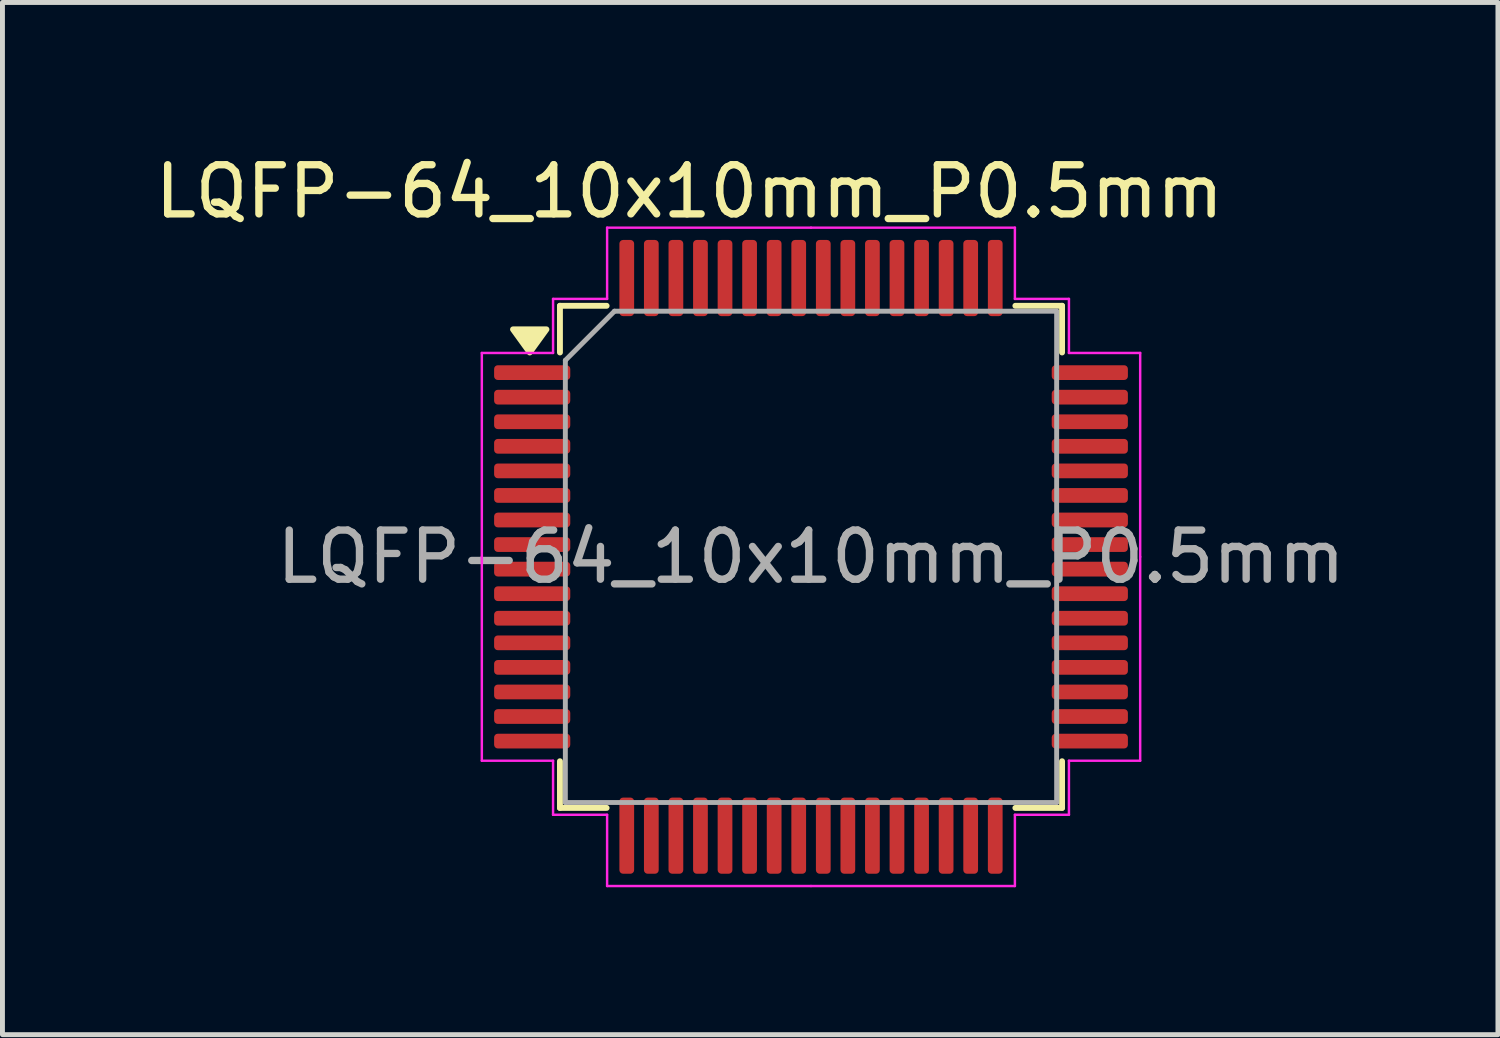
<source format=kicad_pcb>
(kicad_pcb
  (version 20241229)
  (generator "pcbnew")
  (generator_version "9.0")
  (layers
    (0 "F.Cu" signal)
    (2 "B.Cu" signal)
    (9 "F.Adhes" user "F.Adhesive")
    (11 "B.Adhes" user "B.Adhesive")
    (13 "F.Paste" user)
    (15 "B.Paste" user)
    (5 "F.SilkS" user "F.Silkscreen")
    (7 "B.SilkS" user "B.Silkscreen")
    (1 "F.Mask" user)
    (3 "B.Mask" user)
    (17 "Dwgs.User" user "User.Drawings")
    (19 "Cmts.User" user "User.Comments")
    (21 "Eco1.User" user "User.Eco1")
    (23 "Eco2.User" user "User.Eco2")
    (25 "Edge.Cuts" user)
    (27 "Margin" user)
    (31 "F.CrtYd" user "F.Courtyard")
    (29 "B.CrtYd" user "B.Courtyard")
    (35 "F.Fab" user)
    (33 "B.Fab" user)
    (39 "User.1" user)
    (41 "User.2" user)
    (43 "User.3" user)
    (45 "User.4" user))
  (footprint "LQFP-64_10x10mm_P0.5mm"
    (layer "F.Cu")
    (at 13.457 8.284)
    (property "Reference" "LQFP-64_10x10mm_P0.5mm" (at -2.475 -7.436 0) (layer "F.SilkS") (effects (font (size 1 1) (thickness 0.15))))
    (attr smd)
    (fp_line (start -5.11 -5.11) (end -5.11 -4.16) (stroke (width 0.12) (type solid)) (layer "F.SilkS"))
    (fp_line (start -5.11 5.11) (end -5.11 4.16) (stroke (width 0.12) (type solid)) (layer "F.SilkS"))
    (fp_line (start -4.16 -5.11) (end -5.11 -5.11) (stroke (width 0.12) (type solid)) (layer "F.SilkS"))
    (fp_line (start -4.16 5.11) (end -5.11 5.11) (stroke (width 0.12) (type solid)) (layer "F.SilkS"))
    (fp_line (start 4.16 -5.11) (end 5.11 -5.11) (stroke (width 0.12) (type solid)) (layer "F.SilkS"))
    (fp_line (start 4.16 5.11) (end 5.11 5.11) (stroke (width 0.12) (type solid)) (layer "F.SilkS"))
    (fp_line (start 5.11 -5.11) (end 5.11 -4.16) (stroke (width 0.12) (type solid)) (layer "F.SilkS"))
    (fp_line (start 5.11 5.11) (end 5.11 4.16) (stroke (width 0.12) (type solid)) (layer "F.SilkS"))
    (fp_poly (pts (xy -5.725 -4.16) (xy -6.065 -4.63) (xy -5.385 -4.63) (xy -5.725 -4.16)) (stroke (width 0.12) (type solid)) (fill yes) (layer "F.SilkS"))
    (fp_line (start -6.7 -4.15) (end -6.7 0) (stroke (width 0.05) (type solid)) (layer "F.CrtYd"))
    (fp_line (start -6.7 4.15) (end -6.7 0) (stroke (width 0.05) (type solid)) (layer "F.CrtYd"))
    (fp_line (start -5.25 -5.25) (end -5.25 -4.15) (stroke (width 0.05) (type solid)) (layer "F.CrtYd"))
    (fp_line (start -5.25 -4.15) (end -6.7 -4.15) (stroke (width 0.05) (type solid)) (layer "F.CrtYd"))
    (fp_line (start -5.25 4.15) (end -6.7 4.15) (stroke (width 0.05) (type solid)) (layer "F.CrtYd"))
    (fp_line (start -5.25 5.25) (end -5.25 4.15) (stroke (width 0.05) (type solid)) (layer "F.CrtYd"))
    (fp_line (start -4.15 -6.7) (end -4.15 -5.25) (stroke (width 0.05) (type solid)) (layer "F.CrtYd"))
    (fp_line (start -4.15 -5.25) (end -5.25 -5.25) (stroke (width 0.05) (type solid)) (layer "F.CrtYd"))
    (fp_line (start -4.15 5.25) (end -5.25 5.25) (stroke (width 0.05) (type solid)) (layer "F.CrtYd"))
    (fp_line (start -4.15 6.7) (end -4.15 5.25) (stroke (width 0.05) (type solid)) (layer "F.CrtYd"))
    (fp_line (start 0 -6.7) (end -4.15 -6.7) (stroke (width 0.05) (type solid)) (layer "F.CrtYd"))
    (fp_line (start 0 -6.7) (end 4.15 -6.7) (stroke (width 0.05) (type solid)) (layer "F.CrtYd"))
    (fp_line (start 0 6.7) (end -4.15 6.7) (stroke (width 0.05) (type solid)) (layer "F.CrtYd"))
    (fp_line (start 0 6.7) (end 4.15 6.7) (stroke (width 0.05) (type solid)) (layer "F.CrtYd"))
    (fp_line (start 4.15 -6.7) (end 4.15 -5.25) (stroke (width 0.05) (type solid)) (layer "F.CrtYd"))
    (fp_line (start 4.15 -5.25) (end 5.25 -5.25) (stroke (width 0.05) (type solid)) (layer "F.CrtYd"))
    (fp_line (start 4.15 5.25) (end 5.25 5.25) (stroke (width 0.05) (type solid)) (layer "F.CrtYd"))
    (fp_line (start 4.15 6.7) (end 4.15 5.25) (stroke (width 0.05) (type solid)) (layer "F.CrtYd"))
    (fp_line (start 5.25 -5.25) (end 5.25 -4.15) (stroke (width 0.05) (type solid)) (layer "F.CrtYd"))
    (fp_line (start 5.25 -4.15) (end 6.7 -4.15) (stroke (width 0.05) (type solid)) (layer "F.CrtYd"))
    (fp_line (start 5.25 4.15) (end 6.7 4.15) (stroke (width 0.05) (type solid)) (layer "F.CrtYd"))
    (fp_line (start 5.25 5.25) (end 5.25 4.15) (stroke (width 0.05) (type solid)) (layer "F.CrtYd"))
    (fp_line (start 6.7 -4.15) (end 6.7 0) (stroke (width 0.05) (type solid)) (layer "F.CrtYd"))
    (fp_line (start 6.7 4.15) (end 6.7 0) (stroke (width 0.05) (type solid)) (layer "F.CrtYd"))
    (fp_line (start -5 -4) (end -4 -5) (stroke (width 0.1) (type solid)) (layer "F.Fab"))
    (fp_line (start -5 5) (end -5 -4) (stroke (width 0.1) (type solid)) (layer "F.Fab"))
    (fp_line (start -4 -5) (end 5 -5) (stroke (width 0.1) (type solid)) (layer "F.Fab"))
    (fp_line (start 5 -5) (end 5 5) (stroke (width 0.1) (type solid)) (layer "F.Fab"))
    (fp_line (start 5 5) (end -5 5) (stroke (width 0.1) (type solid)) (layer "F.Fab"))
    (fp_text user "${REFERENCE}" (at 0 0 0) (layer "F.Fab") (effects (font (size 1 1) (thickness 0.15))))
    (pad "1" smd roundrect (at -5.675 -3.75) (size 1.55 0.3) (layers "F.Cu" "F.Mask" "F.Paste") (roundrect_rratio 0.25))
    (pad "2" smd roundrect (at -5.675 -3.25) (size 1.55 0.3) (layers "F.Cu" "F.Mask" "F.Paste") (roundrect_rratio 0.25))
    (pad "3" smd roundrect (at -5.675 -2.75) (size 1.55 0.3) (layers "F.Cu" "F.Mask" "F.Paste") (roundrect_rratio 0.25))
    (pad "4" smd roundrect (at -5.675 -2.25) (size 1.55 0.3) (layers "F.Cu" "F.Mask" "F.Paste") (roundrect_rratio 0.25))
    (pad "5" smd roundrect (at -5.675 -1.75) (size 1.55 0.3) (layers "F.Cu" "F.Mask" "F.Paste") (roundrect_rratio 0.25))
    (pad "6" smd roundrect (at -5.675 -1.25) (size 1.55 0.3) (layers "F.Cu" "F.Mask" "F.Paste") (roundrect_rratio 0.25))
    (pad "7" smd roundrect (at -5.675 -0.75) (size 1.55 0.3) (layers "F.Cu" "F.Mask" "F.Paste") (roundrect_rratio 0.25))
    (pad "8" smd roundrect (at -5.675 -0.25) (size 1.55 0.3) (layers "F.Cu" "F.Mask" "F.Paste") (roundrect_rratio 0.25))
    (pad "9" smd roundrect (at -5.675 0.25) (size 1.55 0.3) (layers "F.Cu" "F.Mask" "F.Paste") (roundrect_rratio 0.25))
    (pad "10" smd roundrect (at -5.675 0.75) (size 1.55 0.3) (layers "F.Cu" "F.Mask" "F.Paste") (roundrect_rratio 0.25))
    (pad "11" smd roundrect (at -5.675 1.25) (size 1.55 0.3) (layers "F.Cu" "F.Mask" "F.Paste") (roundrect_rratio 0.25))
    (pad "12" smd roundrect (at -5.675 1.75) (size 1.55 0.3) (layers "F.Cu" "F.Mask" "F.Paste") (roundrect_rratio 0.25))
    (pad "13" smd roundrect (at -5.675 2.25) (size 1.55 0.3) (layers "F.Cu" "F.Mask" "F.Paste") (roundrect_rratio 0.25))
    (pad "14" smd roundrect (at -5.675 2.75) (size 1.55 0.3) (layers "F.Cu" "F.Mask" "F.Paste") (roundrect_rratio 0.25))
    (pad "15" smd roundrect (at -5.675 3.25) (size 1.55 0.3) (layers "F.Cu" "F.Mask" "F.Paste") (roundrect_rratio 0.25))
    (pad "16" smd roundrect (at -5.675 3.75) (size 1.55 0.3) (layers "F.Cu" "F.Mask" "F.Paste") (roundrect_rratio 0.25))
    (pad "17" smd roundrect (at -3.75 5.675) (size 0.3 1.55) (layers "F.Cu" "F.Mask" "F.Paste") (roundrect_rratio 0.25))
    (pad "18" smd roundrect (at -3.25 5.675) (size 0.3 1.55) (layers "F.Cu" "F.Mask" "F.Paste") (roundrect_rratio 0.25))
    (pad "19" smd roundrect (at -2.75 5.675) (size 0.3 1.55) (layers "F.Cu" "F.Mask" "F.Paste") (roundrect_rratio 0.25))
    (pad "20" smd roundrect (at -2.25 5.675) (size 0.3 1.55) (layers "F.Cu" "F.Mask" "F.Paste") (roundrect_rratio 0.25))
    (pad "21" smd roundrect (at -1.75 5.675) (size 0.3 1.55) (layers "F.Cu" "F.Mask" "F.Paste") (roundrect_rratio 0.25))
    (pad "22" smd roundrect (at -1.25 5.675) (size 0.3 1.55) (layers "F.Cu" "F.Mask" "F.Paste") (roundrect_rratio 0.25))
    (pad "23" smd roundrect (at -0.75 5.675) (size 0.3 1.55) (layers "F.Cu" "F.Mask" "F.Paste") (roundrect_rratio 0.25))
    (pad "24" smd roundrect (at -0.25 5.675) (size 0.3 1.55) (layers "F.Cu" "F.Mask" "F.Paste") (roundrect_rratio 0.25))
    (pad "25" smd roundrect (at 0.25 5.675) (size 0.3 1.55) (layers "F.Cu" "F.Mask" "F.Paste") (roundrect_rratio 0.25))
    (pad "26" smd roundrect (at 0.75 5.675) (size 0.3 1.55) (layers "F.Cu" "F.Mask" "F.Paste") (roundrect_rratio 0.25))
    (pad "27" smd roundrect (at 1.25 5.675) (size 0.3 1.55) (layers "F.Cu" "F.Mask" "F.Paste") (roundrect_rratio 0.25))
    (pad "28" smd roundrect (at 1.75 5.675) (size 0.3 1.55) (layers "F.Cu" "F.Mask" "F.Paste") (roundrect_rratio 0.25))
    (pad "29" smd roundrect (at 2.25 5.675) (size 0.3 1.55) (layers "F.Cu" "F.Mask" "F.Paste") (roundrect_rratio 0.25))
    (pad "30" smd roundrect (at 2.75 5.675) (size 0.3 1.55) (layers "F.Cu" "F.Mask" "F.Paste") (roundrect_rratio 0.25))
    (pad "31" smd roundrect (at 3.25 5.675) (size 0.3 1.55) (layers "F.Cu" "F.Mask" "F.Paste") (roundrect_rratio 0.25))
    (pad "32" smd roundrect (at 3.75 5.675) (size 0.3 1.55) (layers "F.Cu" "F.Mask" "F.Paste") (roundrect_rratio 0.25))
    (pad "33" smd roundrect (at 5.675 3.75) (size 1.55 0.3) (layers "F.Cu" "F.Mask" "F.Paste") (roundrect_rratio 0.25))
    (pad "34" smd roundrect (at 5.675 3.25) (size 1.55 0.3) (layers "F.Cu" "F.Mask" "F.Paste") (roundrect_rratio 0.25))
    (pad "35" smd roundrect (at 5.675 2.75) (size 1.55 0.3) (layers "F.Cu" "F.Mask" "F.Paste") (roundrect_rratio 0.25))
    (pad "36" smd roundrect (at 5.675 2.25) (size 1.55 0.3) (layers "F.Cu" "F.Mask" "F.Paste") (roundrect_rratio 0.25))
    (pad "37" smd roundrect (at 5.675 1.75) (size 1.55 0.3) (layers "F.Cu" "F.Mask" "F.Paste") (roundrect_rratio 0.25))
    (pad "38" smd roundrect (at 5.675 1.25) (size 1.55 0.3) (layers "F.Cu" "F.Mask" "F.Paste") (roundrect_rratio 0.25))
    (pad "39" smd roundrect (at 5.675 0.75) (size 1.55 0.3) (layers "F.Cu" "F.Mask" "F.Paste") (roundrect_rratio 0.25))
    (pad "40" smd roundrect (at 5.675 0.25) (size 1.55 0.3) (layers "F.Cu" "F.Mask" "F.Paste") (roundrect_rratio 0.25))
    (pad "41" smd roundrect (at 5.675 -0.25) (size 1.55 0.3) (layers "F.Cu" "F.Mask" "F.Paste") (roundrect_rratio 0.25))
    (pad "42" smd roundrect (at 5.675 -0.75) (size 1.55 0.3) (layers "F.Cu" "F.Mask" "F.Paste") (roundrect_rratio 0.25))
    (pad "43" smd roundrect (at 5.675 -1.25) (size 1.55 0.3) (layers "F.Cu" "F.Mask" "F.Paste") (roundrect_rratio 0.25))
    (pad "44" smd roundrect (at 5.675 -1.75) (size 1.55 0.3) (layers "F.Cu" "F.Mask" "F.Paste") (roundrect_rratio 0.25))
    (pad "45" smd roundrect (at 5.675 -2.25) (size 1.55 0.3) (layers "F.Cu" "F.Mask" "F.Paste") (roundrect_rratio 0.25))
    (pad "46" smd roundrect (at 5.675 -2.75) (size 1.55 0.3) (layers "F.Cu" "F.Mask" "F.Paste") (roundrect_rratio 0.25))
    (pad "47" smd roundrect (at 5.675 -3.25) (size 1.55 0.3) (layers "F.Cu" "F.Mask" "F.Paste") (roundrect_rratio 0.25))
    (pad "48" smd roundrect (at 5.675 -3.75) (size 1.55 0.3) (layers "F.Cu" "F.Mask" "F.Paste") (roundrect_rratio 0.25))
    (pad "49" smd roundrect (at 3.75 -5.675) (size 0.3 1.55) (layers "F.Cu" "F.Mask" "F.Paste") (roundrect_rratio 0.25))
    (pad "50" smd roundrect (at 3.25 -5.675) (size 0.3 1.55) (layers "F.Cu" "F.Mask" "F.Paste") (roundrect_rratio 0.25))
    (pad "51" smd roundrect (at 2.75 -5.675) (size 0.3 1.55) (layers "F.Cu" "F.Mask" "F.Paste") (roundrect_rratio 0.25))
    (pad "52" smd roundrect (at 2.25 -5.675) (size 0.3 1.55) (layers "F.Cu" "F.Mask" "F.Paste") (roundrect_rratio 0.25))
    (pad "53" smd roundrect (at 1.75 -5.675) (size 0.3 1.55) (layers "F.Cu" "F.Mask" "F.Paste") (roundrect_rratio 0.25))
    (pad "54" smd roundrect (at 1.25 -5.675) (size 0.3 1.55) (layers "F.Cu" "F.Mask" "F.Paste") (roundrect_rratio 0.25))
    (pad "55" smd roundrect (at 0.75 -5.675) (size 0.3 1.55) (layers "F.Cu" "F.Mask" "F.Paste") (roundrect_rratio 0.25))
    (pad "56" smd roundrect (at 0.25 -5.675) (size 0.3 1.55) (layers "F.Cu" "F.Mask" "F.Paste") (roundrect_rratio 0.25))
    (pad "57" smd roundrect (at -0.25 -5.675) (size 0.3 1.55) (layers "F.Cu" "F.Mask" "F.Paste") (roundrect_rratio 0.25))
    (pad "58" smd roundrect (at -0.75 -5.675) (size 0.3 1.55) (layers "F.Cu" "F.Mask" "F.Paste") (roundrect_rratio 0.25))
    (pad "59" smd roundrect (at -1.25 -5.675) (size 0.3 1.55) (layers "F.Cu" "F.Mask" "F.Paste") (roundrect_rratio 0.25))
    (pad "60" smd roundrect (at -1.75 -5.675) (size 0.3 1.55) (layers "F.Cu" "F.Mask" "F.Paste") (roundrect_rratio 0.25))
    (pad "61" smd roundrect (at -2.25 -5.675) (size 0.3 1.55) (layers "F.Cu" "F.Mask" "F.Paste") (roundrect_rratio 0.25))
    (pad "62" smd roundrect (at -2.75 -5.675) (size 0.3 1.55) (layers "F.Cu" "F.Mask" "F.Paste") (roundrect_rratio 0.25))
    (pad "63" smd roundrect (at -3.25 -5.675) (size 0.3 1.55) (layers "F.Cu" "F.Mask" "F.Paste") (roundrect_rratio 0.25))
    (pad "64" smd roundrect (at -3.75 -5.675) (size 0.3 1.55) (layers "F.Cu" "F.Mask" "F.Paste") (roundrect_rratio 0.25)))
  (gr_rect
    (start -3 -3)
    (end 27.439 18.009)
    (stroke (width 0.1) (type default))
    (fill no)
    (layer "Edge.Cuts")))
</source>
